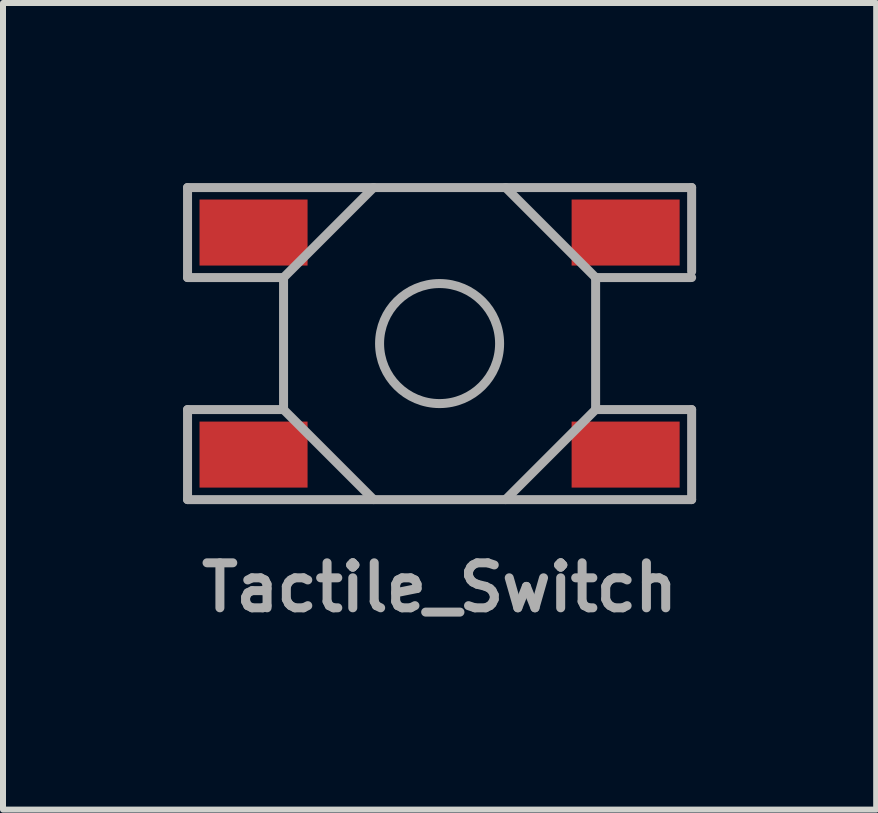
<source format=kicad_pcb>
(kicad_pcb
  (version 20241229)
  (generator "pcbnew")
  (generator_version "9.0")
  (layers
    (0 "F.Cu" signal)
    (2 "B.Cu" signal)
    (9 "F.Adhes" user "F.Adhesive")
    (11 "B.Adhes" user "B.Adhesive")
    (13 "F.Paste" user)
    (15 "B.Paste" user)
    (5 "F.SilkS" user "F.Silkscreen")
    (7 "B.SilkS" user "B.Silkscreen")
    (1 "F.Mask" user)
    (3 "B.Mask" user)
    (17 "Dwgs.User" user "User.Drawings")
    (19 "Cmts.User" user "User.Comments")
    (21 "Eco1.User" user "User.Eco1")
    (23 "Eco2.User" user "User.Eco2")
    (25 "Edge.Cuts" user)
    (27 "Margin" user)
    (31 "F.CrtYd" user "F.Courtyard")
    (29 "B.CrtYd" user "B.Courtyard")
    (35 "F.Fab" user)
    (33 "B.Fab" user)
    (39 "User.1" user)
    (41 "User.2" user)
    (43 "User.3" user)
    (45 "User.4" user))
  (footprint "Tactile_Switch"
    (layer "F.Cu")
    (at 4.275 2.675)
    (property "Reference" "Tactile_Switch" (at 0 4.064 0) (layer "F.Fab") (effects (font (size 0.75 0.75) (thickness 0.15))))
    (attr smd)
    (fp_line (start -4.2 -2.6) (end 4.2 -2.6) (stroke (width 0.15) (type solid)) (layer "F.Fab"))
    (fp_line (start -4.2 -1.1) (end -4.2 -2.6) (stroke (width 0.15) (type solid)) (layer "F.Fab"))
    (fp_line (start -4.2 1.1) (end -2.6 1.1) (stroke (width 0.15) (type solid)) (layer "F.Fab"))
    (fp_line (start -4.2 2.6) (end -4.2 1.1) (stroke (width 0.15) (type solid)) (layer "F.Fab"))
    (fp_line (start -2.6 -1.1) (end -4.2 -1.1) (stroke (width 0.15) (type solid)) (layer "F.Fab"))
    (fp_line (start -2.6 -1.1) (end -1.1 -2.6) (stroke (width 0.15) (type solid)) (layer "F.Fab"))
    (fp_line (start -2.6 1.1) (end -2.6 -1.1) (stroke (width 0.15) (type solid)) (layer "F.Fab"))
    (fp_line (start -2.6 1.1) (end -1.1 2.6) (stroke (width 0.15) (type solid)) (layer "F.Fab"))
    (fp_line (start 2.6 -1.1) (end 1.1 -2.6) (stroke (width 0.15) (type solid)) (layer "F.Fab"))
    (fp_line (start 2.6 -1.1) (end 2.6 1.1) (stroke (width 0.15) (type solid)) (layer "F.Fab"))
    (fp_line (start 2.6 1.1) (end 1.1 2.6) (stroke (width 0.15) (type solid)) (layer "F.Fab"))
    (fp_line (start 2.6 1.1) (end 4.2 1.1) (stroke (width 0.15) (type solid)) (layer "F.Fab"))
    (fp_line (start 4.2 -2.6) (end 4.2 -1.2) (stroke (width 0.15) (type solid)) (layer "F.Fab"))
    (fp_line (start 4.2 -1.1) (end 2.6 -1.1) (stroke (width 0.15) (type solid)) (layer "F.Fab"))
    (fp_line (start 4.2 1.1) (end 4.2 2.6) (stroke (width 0.15) (type solid)) (layer "F.Fab"))
    (fp_line (start 4.2 2.6) (end -4.2 2.6) (stroke (width 0.15) (type solid)) (layer "F.Fab"))
    (fp_circle (center 0 0) (end 1 0) (stroke (width 0.15) (type solid)) (fill no) (layer "F.Fab"))
    (pad "1" smd rect (at 3.1 1.85) (size 1.8 1.1) (layers "F.Cu" "F.Mask" "F.Paste"))
    (pad "2" smd rect (at -3.1 -1.85) (size 1.8 1.1) (layers "F.Cu" "F.Mask" "F.Paste"))
    (pad "3" smd rect (at 3.1 -1.85) (size 1.8 1.1) (layers "F.Cu" "F.Mask" "F.Paste"))
    (pad "4" smd rect (at -3.1 1.85) (size 1.8 1.1) (layers "F.Cu" "F.Mask" "F.Paste")))
  (gr_rect
    (start -3 -3)
    (end 11.55 10.441)
    (stroke (width 0.1) (type default))
    (fill no)
    (layer "Edge.Cuts")))
</source>
